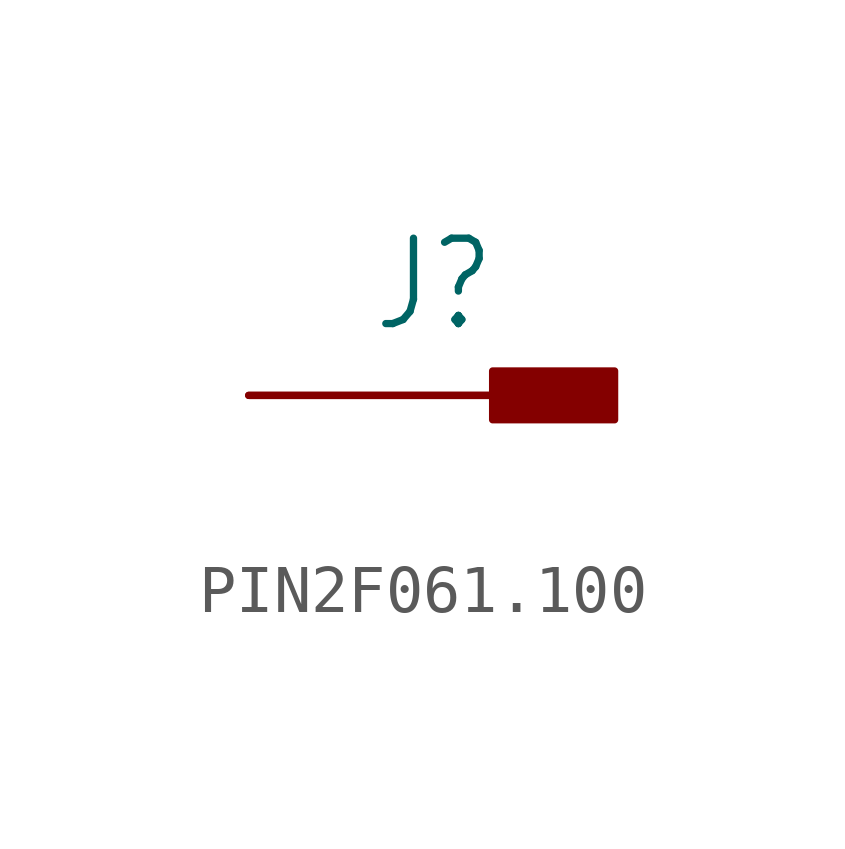
<source format=kicad_sym>
(kicad_symbol_lib
  (version 20220914)
  (generator kicad_symbol_editor)
  (symbol "PIN2F061.100"
    (property "Reference" "J"
      (at -2.54 1.27 0)
      (effects (font (size 1.778 1.511)) (justify left bottom)))
    (property "Value" ""
      (at -2.54 -2.54 0)
      (effects (font (size 1.778 1.511)) (justify left bottom)))
    (property "ki_locked" ""
      (at 0 0 0)
      (effects (font (size 1.27 1.27))))
    (symbol "PIN2F061.100_1_0"
      (rectangle (start 0 -0.508) (end 2.54 0.508) (stroke (width 0) (type default)) (fill (type outline)))
      (pin passive line (at -5.08 0 0) (length 5.08) (name "1" (effects (font (size 0 0)))) (number "A1" (effects (font (size 0 0)))))
      (pin passive line (at -5.08 0 0) (length 5.08) (name "1" (effects (font (size 0 0)))) (number "A2" (effects (font (size 0 0))))))))
</source>
